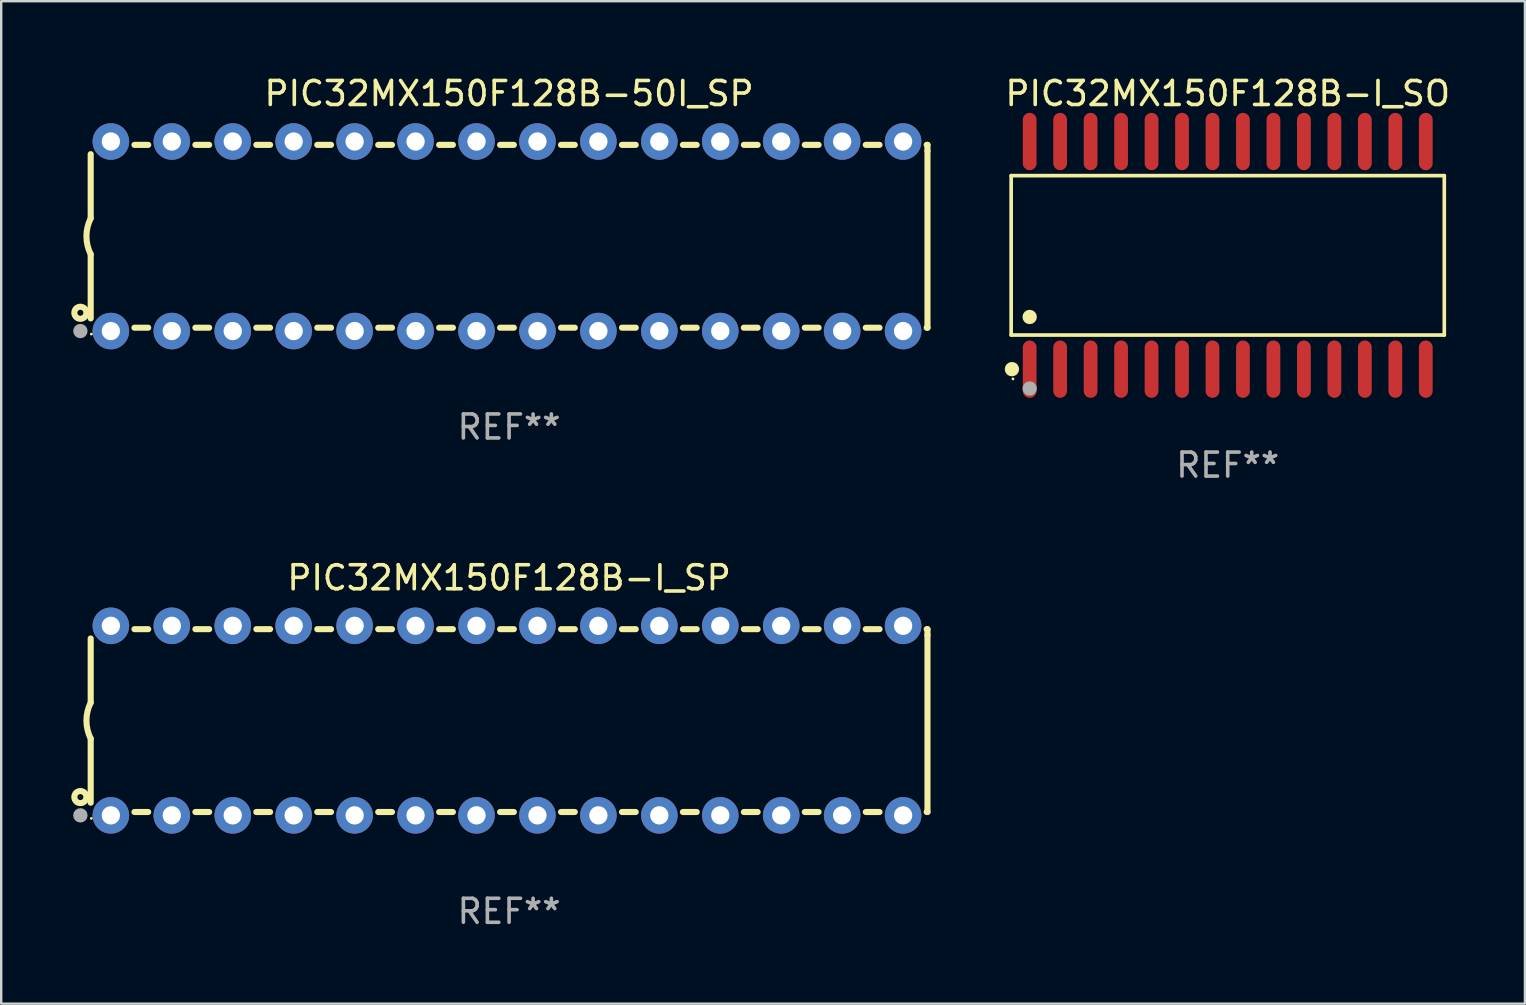
<source format=kicad_pcb>
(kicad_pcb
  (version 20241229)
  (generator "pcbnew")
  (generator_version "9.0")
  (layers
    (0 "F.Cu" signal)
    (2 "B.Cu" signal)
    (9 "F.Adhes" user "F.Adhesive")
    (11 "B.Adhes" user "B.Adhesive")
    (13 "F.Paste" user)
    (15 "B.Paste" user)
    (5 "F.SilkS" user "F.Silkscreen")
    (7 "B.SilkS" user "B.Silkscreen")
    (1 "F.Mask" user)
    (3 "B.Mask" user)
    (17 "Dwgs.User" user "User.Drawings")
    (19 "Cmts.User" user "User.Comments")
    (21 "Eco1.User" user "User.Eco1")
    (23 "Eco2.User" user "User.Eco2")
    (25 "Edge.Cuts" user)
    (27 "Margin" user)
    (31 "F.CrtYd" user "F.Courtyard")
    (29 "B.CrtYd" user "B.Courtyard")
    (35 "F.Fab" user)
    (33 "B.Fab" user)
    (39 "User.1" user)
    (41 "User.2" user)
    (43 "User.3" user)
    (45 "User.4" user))
  (footprint "PIC32MX150F128B-I_SP"
    (layer "F.Cu")
    (at 18.168 26.983)
    (property "Reference" "PIC32MX150F128B-I_SP" (at 0 -5.95 0) (layer "F.SilkS") (effects (font (size 1 1) (thickness 0.15))))
    (attr through_hole)
    (fp_line (start -17.438 0.75) (end -17.438 3.423) (stroke (width 0.254) (type solid)) (layer "F.SilkS"))
    (fp_line (start -17.438 -3.423) (end -17.438 -0.75) (stroke (width 0.254) (type solid)) (layer "F.SilkS"))
    (fp_line (start -15.615 3.81) (end -15.041 3.81) (stroke (width 0.254) (type solid)) (layer "F.SilkS"))
    (fp_line (start -15.041 -3.81) (end -15.614 -3.81) (stroke (width 0.254) (type solid)) (layer "F.SilkS"))
    (fp_line (start -13.075 3.81) (end -12.501 3.81) (stroke (width 0.254) (type solid)) (layer "F.SilkS"))
    (fp_line (start -12.501 -3.81) (end -13.074 -3.81) (stroke (width 0.254) (type solid)) (layer "F.SilkS"))
    (fp_line (start -10.535 3.81) (end -9.961 3.81) (stroke (width 0.254) (type solid)) (layer "F.SilkS"))
    (fp_line (start -9.961 -3.81) (end -10.534 -3.81) (stroke (width 0.254) (type solid)) (layer "F.SilkS"))
    (fp_line (start -7.995 3.81) (end -7.421 3.81) (stroke (width 0.254) (type solid)) (layer "F.SilkS"))
    (fp_line (start -7.421 -3.81) (end -7.995 -3.81) (stroke (width 0.254) (type solid)) (layer "F.SilkS"))
    (fp_line (start -5.455 3.81) (end -4.881 3.81) (stroke (width 0.254) (type solid)) (layer "F.SilkS"))
    (fp_line (start -4.881 -3.81) (end -5.455 -3.81) (stroke (width 0.254) (type solid)) (layer "F.SilkS"))
    (fp_line (start -2.915 3.81) (end -2.341 3.81) (stroke (width 0.254) (type solid)) (layer "F.SilkS"))
    (fp_line (start -2.341 -3.81) (end -2.915 -3.81) (stroke (width 0.254) (type solid)) (layer "F.SilkS"))
    (fp_line (start -0.375 3.81) (end 0.199 3.81) (stroke (width 0.254) (type solid)) (layer "F.SilkS"))
    (fp_line (start 0.199 -3.81) (end -0.375 -3.81) (stroke (width 0.254) (type solid)) (layer "F.SilkS"))
    (fp_line (start 2.165 3.81) (end 2.739 3.81) (stroke (width 0.254) (type solid)) (layer "F.SilkS"))
    (fp_line (start 2.739 -3.81) (end 2.165 -3.81) (stroke (width 0.254) (type solid)) (layer "F.SilkS"))
    (fp_line (start 4.705 3.81) (end 5.279 3.81) (stroke (width 0.254) (type solid)) (layer "F.SilkS"))
    (fp_line (start 5.279 -3.81) (end 4.705 -3.81) (stroke (width 0.254) (type solid)) (layer "F.SilkS"))
    (fp_line (start 7.245 3.81) (end 7.819 3.81) (stroke (width 0.254) (type solid)) (layer "F.SilkS"))
    (fp_line (start 7.819 -3.81) (end 7.245 -3.81) (stroke (width 0.254) (type solid)) (layer "F.SilkS"))
    (fp_line (start 9.785 3.81) (end 10.359 3.81) (stroke (width 0.254) (type solid)) (layer "F.SilkS"))
    (fp_line (start 10.359 -3.81) (end 9.785 -3.81) (stroke (width 0.254) (type solid)) (layer "F.SilkS"))
    (fp_line (start 12.325 3.81) (end 12.899 3.81) (stroke (width 0.254) (type solid)) (layer "F.SilkS"))
    (fp_line (start 12.899 -3.81) (end 12.325 -3.81) (stroke (width 0.254) (type solid)) (layer "F.SilkS"))
    (fp_line (start 14.865 3.81) (end 15.439 3.81) (stroke (width 0.254) (type solid)) (layer "F.SilkS"))
    (fp_line (start 15.439 -3.81) (end 14.865 -3.81) (stroke (width 0.254) (type solid)) (layer "F.SilkS"))
    (fp_line (start 17.405 3.81) (end 17.438 3.81) (stroke (width 0.254) (type solid)) (layer "F.SilkS"))
    (fp_line (start 17.438 -3.81) (end 17.405 -3.81) (stroke (width 0.254) (type solid)) (layer "F.SilkS"))
    (fp_line (start 17.438 -3.556) (end 17.438 -3.81) (stroke (width 0.254) (type solid)) (layer "F.SilkS"))
    (fp_line (start 17.438 3.81) (end 17.438 -3.556) (stroke (width 0.254) (type solid)) (layer "F.SilkS"))
    (fp_arc (start -17.437986 0.749657) (mid -17.614887 -0.000024) (end -17.437783 -0.749657) (stroke (width 0.254001) (type solid)) (layer "F.SilkS"))
    (fp_circle (center -17.868 3.188) (end -17.743 3.188) (stroke (width 0.254) (type solid)) (fill no) (layer "F.SilkS"))
    (fp_circle (center -17.411 4.077) (end -17.381 4.077) (stroke (width 0.06) (type solid)) (fill no) (layer "F.SilkS"))
    (fp_circle (center -17.868 3.95) (end -17.718 3.95) (stroke (width 0.3) (type solid)) (fill no) (layer "F.Fab"))
    (fp_text user "REF**" (at 0 7.95 0) (layer "F.Fab") (effects (font (size 1 1) (thickness 0.15))))
    (pad "1" thru_hole circle (at -16.598 3.95) (size 1.524 1.524) (drill 0.762) (layers "*.Cu" "*.Mask"))
    (pad "2" thru_hole circle (at -14.058 3.95) (size 1.524 1.524) (drill 0.762) (layers "*.Cu" "*.Mask"))
    (pad "3" thru_hole circle (at -11.518 3.95) (size 1.524 1.524) (drill 0.762) (layers "*.Cu" "*.Mask"))
    (pad "4" thru_hole circle (at -8.978 3.95) (size 1.524 1.524) (drill 0.762) (layers "*.Cu" "*.Mask"))
    (pad "5" thru_hole circle (at -6.438 3.95) (size 1.524 1.524) (drill 0.762) (layers "*.Cu" "*.Mask"))
    (pad "6" thru_hole circle (at -3.898 3.95) (size 1.524 1.524) (drill 0.762) (layers "*.Cu" "*.Mask"))
    (pad "7" thru_hole circle (at -1.358 3.95) (size 1.524 1.524) (drill 0.762) (layers "*.Cu" "*.Mask"))
    (pad "8" thru_hole circle (at 1.182 3.95) (size 1.524 1.524) (drill 0.762) (layers "*.Cu" "*.Mask"))
    (pad "9" thru_hole circle (at 3.722 3.95) (size 1.524 1.524) (drill 0.762) (layers "*.Cu" "*.Mask"))
    (pad "10" thru_hole circle (at 6.262 3.95) (size 1.524 1.524) (drill 0.762) (layers "*.Cu" "*.Mask"))
    (pad "11" thru_hole circle (at 8.802 3.95) (size 1.524 1.524) (drill 0.762) (layers "*.Cu" "*.Mask"))
    (pad "12" thru_hole circle (at 11.342 3.95) (size 1.524 1.524) (drill 0.762) (layers "*.Cu" "*.Mask"))
    (pad "13" thru_hole circle (at 13.882 3.95) (size 1.524 1.524) (drill 0.762) (layers "*.Cu" "*.Mask"))
    (pad "14" thru_hole circle (at 16.422 3.95) (size 1.524 1.524) (drill 0.762) (layers "*.Cu" "*.Mask"))
    (pad "15" thru_hole circle (at 16.422 -3.95) (size 1.524 1.524) (drill 0.762) (layers "*.Cu" "*.Mask"))
    (pad "16" thru_hole circle (at 13.882 -3.95) (size 1.524 1.524) (drill 0.762) (layers "*.Cu" "*.Mask"))
    (pad "17" thru_hole circle (at 11.342 -3.95) (size 1.524 1.524) (drill 0.762) (layers "*.Cu" "*.Mask"))
    (pad "18" thru_hole circle (at 8.802 -3.95) (size 1.524 1.524) (drill 0.762) (layers "*.Cu" "*.Mask"))
    (pad "19" thru_hole circle (at 6.262 -3.95) (size 1.524 1.524) (drill 0.762) (layers "*.Cu" "*.Mask"))
    (pad "20" thru_hole circle (at 3.722 -3.95) (size 1.524 1.524) (drill 0.762) (layers "*.Cu" "*.Mask"))
    (pad "21" thru_hole circle (at 1.182 -3.95) (size 1.524 1.524) (drill 0.762) (layers "*.Cu" "*.Mask"))
    (pad "22" thru_hole circle (at -1.358 -3.95) (size 1.524 1.524) (drill 0.762) (layers "*.Cu" "*.Mask"))
    (pad "23" thru_hole circle (at -3.898 -3.95) (size 1.524 1.524) (drill 0.762) (layers "*.Cu" "*.Mask"))
    (pad "24" thru_hole circle (at -6.438 -3.95) (size 1.524 1.524) (drill 0.762) (layers "*.Cu" "*.Mask"))
    (pad "25" thru_hole circle (at -8.978 -3.95) (size 1.524 1.524) (drill 0.762) (layers "*.Cu" "*.Mask"))
    (pad "26" thru_hole circle (at -11.517 -3.95) (size 1.524 1.524) (drill 0.762) (layers "*.Cu" "*.Mask"))
    (pad "27" thru_hole circle (at -14.057 -3.95) (size 1.524 1.524) (drill 0.762) (layers "*.Cu" "*.Mask"))
    (pad "28" thru_hole circle (at -16.597 -3.95) (size 1.524 1.524) (drill 0.762) (layers "*.Cu" "*.Mask")))
  (footprint "PIC32MX150F128B-I_SO"
    (layer "F.Cu")
    (at 48.12 7.592)
    (property "Reference" "PIC32MX150F128B-I_SO" (at 0 -6.744 0) (layer "F.SilkS") (effects (font (size 1 1) (thickness 0.15))))
    (attr through_hole)
    (fp_line (start -9.026 -3.321) (end 9.026 -3.321) (stroke (width 0.152) (type solid)) (layer "F.SilkS"))
    (fp_line (start -9.026 3.321) (end -9.026 -3.321) (stroke (width 0.152) (type solid)) (layer "F.SilkS"))
    (fp_line (start 9.026 -3.321) (end 9.026 3.321) (stroke (width 0.152) (type solid)) (layer "F.SilkS"))
    (fp_line (start 9.026 3.321) (end -9.026 3.321) (stroke (width 0.152) (type solid)) (layer "F.SilkS"))
    (fp_circle (center -8.994 4.744) (end -8.844 4.744) (stroke (width 0.3) (type solid)) (fill no) (layer "F.SilkS"))
    (fp_circle (center -8.95 5.15) (end -8.92 5.15) (stroke (width 0.06) (type solid)) (fill no) (layer "F.SilkS"))
    (fp_circle (center -8.255 2.569) (end -8.105 2.569) (stroke (width 0.3) (type solid)) (fill no) (layer "F.SilkS"))
    (fp_circle (center -8.255 5.55) (end -8.105 5.55) (stroke (width 0.3) (type solid)) (fill no) (layer "F.Fab"))
    (fp_text user "REF**" (at 0 8.744 0) (layer "F.Fab") (effects (font (size 1 1) (thickness 0.15))))
    (pad "1" smd oval (at -8.255 4.744) (size 0.574 2.388) (layers "F.Cu" "F.Mask" "F.Paste"))
    (pad "2" smd oval (at -6.985 4.744) (size 0.574 2.388) (layers "F.Cu" "F.Mask" "F.Paste"))
    (pad "3" smd oval (at -5.715 4.744) (size 0.574 2.388) (layers "F.Cu" "F.Mask" "F.Paste"))
    (pad "4" smd oval (at -4.445 4.744) (size 0.574 2.388) (layers "F.Cu" "F.Mask" "F.Paste"))
    (pad "5" smd oval (at -3.175 4.744) (size 0.574 2.388) (layers "F.Cu" "F.Mask" "F.Paste"))
    (pad "6" smd oval (at -1.905 4.744) (size 0.574 2.388) (layers "F.Cu" "F.Mask" "F.Paste"))
    (pad "7" smd oval (at -0.635 4.744) (size 0.574 2.388) (layers "F.Cu" "F.Mask" "F.Paste"))
    (pad "8" smd oval (at 0.635 4.744) (size 0.574 2.388) (layers "F.Cu" "F.Mask" "F.Paste"))
    (pad "9" smd oval (at 1.905 4.744) (size 0.574 2.388) (layers "F.Cu" "F.Mask" "F.Paste"))
    (pad "10" smd oval (at 3.175 4.744) (size 0.574 2.388) (layers "F.Cu" "F.Mask" "F.Paste"))
    (pad "11" smd oval (at 4.445 4.744) (size 0.574 2.388) (layers "F.Cu" "F.Mask" "F.Paste"))
    (pad "12" smd oval (at 5.715 4.744) (size 0.574 2.388) (layers "F.Cu" "F.Mask" "F.Paste"))
    (pad "13" smd oval (at 6.985 4.744) (size 0.574 2.388) (layers "F.Cu" "F.Mask" "F.Paste"))
    (pad "14" smd oval (at 8.255 4.744) (size 0.574 2.388) (layers "F.Cu" "F.Mask" "F.Paste"))
    (pad "15" smd oval (at 8.255 -4.744) (size 0.574 2.388) (layers "F.Cu" "F.Mask" "F.Paste"))
    (pad "16" smd oval (at 6.985 -4.744) (size 0.574 2.388) (layers "F.Cu" "F.Mask" "F.Paste"))
    (pad "17" smd oval (at 5.715 -4.744) (size 0.574 2.388) (layers "F.Cu" "F.Mask" "F.Paste"))
    (pad "18" smd oval (at 4.445 -4.744) (size 0.574 2.388) (layers "F.Cu" "F.Mask" "F.Paste"))
    (pad "19" smd oval (at 3.175 -4.744) (size 0.574 2.388) (layers "F.Cu" "F.Mask" "F.Paste"))
    (pad "20" smd oval (at 1.905 -4.744) (size 0.574 2.388) (layers "F.Cu" "F.Mask" "F.Paste"))
    (pad "21" smd oval (at 0.635 -4.744) (size 0.574 2.388) (layers "F.Cu" "F.Mask" "F.Paste"))
    (pad "22" smd oval (at -0.635 -4.744) (size 0.574 2.388) (layers "F.Cu" "F.Mask" "F.Paste"))
    (pad "23" smd oval (at -1.905 -4.744) (size 0.574 2.388) (layers "F.Cu" "F.Mask" "F.Paste"))
    (pad "24" smd oval (at -3.175 -4.744) (size 0.574 2.388) (layers "F.Cu" "F.Mask" "F.Paste"))
    (pad "25" smd oval (at -4.445 -4.744) (size 0.574 2.388) (layers "F.Cu" "F.Mask" "F.Paste"))
    (pad "26" smd oval (at -5.715 -4.744) (size 0.574 2.388) (layers "F.Cu" "F.Mask" "F.Paste"))
    (pad "27" smd oval (at -6.985 -4.744) (size 0.574 2.388) (layers "F.Cu" "F.Mask" "F.Paste"))
    (pad "28" smd oval (at -8.255 -4.744) (size 0.574 2.388) (layers "F.Cu" "F.Mask" "F.Paste")))
  (footprint "PIC32MX150F128B-50I_SP"
    (layer "F.Cu")
    (at 18.168 6.798)
    (property "Reference" "PIC32MX150F128B-50I_SP" (at 0 -5.95 0) (layer "F.SilkS") (effects (font (size 1 1) (thickness 0.15))))
    (attr through_hole)
    (fp_line (start -17.438 0.75) (end -17.438 3.423) (stroke (width 0.254) (type solid)) (layer "F.SilkS"))
    (fp_line (start -17.438 -3.423) (end -17.438 -0.75) (stroke (width 0.254) (type solid)) (layer "F.SilkS"))
    (fp_line (start -15.615 3.81) (end -15.041 3.81) (stroke (width 0.254) (type solid)) (layer "F.SilkS"))
    (fp_line (start -15.041 -3.81) (end -15.614 -3.81) (stroke (width 0.254) (type solid)) (layer "F.SilkS"))
    (fp_line (start -13.075 3.81) (end -12.501 3.81) (stroke (width 0.254) (type solid)) (layer "F.SilkS"))
    (fp_line (start -12.501 -3.81) (end -13.074 -3.81) (stroke (width 0.254) (type solid)) (layer "F.SilkS"))
    (fp_line (start -10.535 3.81) (end -9.961 3.81) (stroke (width 0.254) (type solid)) (layer "F.SilkS"))
    (fp_line (start -9.961 -3.81) (end -10.534 -3.81) (stroke (width 0.254) (type solid)) (layer "F.SilkS"))
    (fp_line (start -7.995 3.81) (end -7.421 3.81) (stroke (width 0.254) (type solid)) (layer "F.SilkS"))
    (fp_line (start -7.421 -3.81) (end -7.995 -3.81) (stroke (width 0.254) (type solid)) (layer "F.SilkS"))
    (fp_line (start -5.455 3.81) (end -4.881 3.81) (stroke (width 0.254) (type solid)) (layer "F.SilkS"))
    (fp_line (start -4.881 -3.81) (end -5.455 -3.81) (stroke (width 0.254) (type solid)) (layer "F.SilkS"))
    (fp_line (start -2.915 3.81) (end -2.341 3.81) (stroke (width 0.254) (type solid)) (layer "F.SilkS"))
    (fp_line (start -2.341 -3.81) (end -2.915 -3.81) (stroke (width 0.254) (type solid)) (layer "F.SilkS"))
    (fp_line (start -0.375 3.81) (end 0.199 3.81) (stroke (width 0.254) (type solid)) (layer "F.SilkS"))
    (fp_line (start 0.199 -3.81) (end -0.375 -3.81) (stroke (width 0.254) (type solid)) (layer "F.SilkS"))
    (fp_line (start 2.165 3.81) (end 2.739 3.81) (stroke (width 0.254) (type solid)) (layer "F.SilkS"))
    (fp_line (start 2.739 -3.81) (end 2.165 -3.81) (stroke (width 0.254) (type solid)) (layer "F.SilkS"))
    (fp_line (start 4.705 3.81) (end 5.279 3.81) (stroke (width 0.254) (type solid)) (layer "F.SilkS"))
    (fp_line (start 5.279 -3.81) (end 4.705 -3.81) (stroke (width 0.254) (type solid)) (layer "F.SilkS"))
    (fp_line (start 7.245 3.81) (end 7.819 3.81) (stroke (width 0.254) (type solid)) (layer "F.SilkS"))
    (fp_line (start 7.819 -3.81) (end 7.245 -3.81) (stroke (width 0.254) (type solid)) (layer "F.SilkS"))
    (fp_line (start 9.785 3.81) (end 10.359 3.81) (stroke (width 0.254) (type solid)) (layer "F.SilkS"))
    (fp_line (start 10.359 -3.81) (end 9.785 -3.81) (stroke (width 0.254) (type solid)) (layer "F.SilkS"))
    (fp_line (start 12.325 3.81) (end 12.899 3.81) (stroke (width 0.254) (type solid)) (layer "F.SilkS"))
    (fp_line (start 12.899 -3.81) (end 12.325 -3.81) (stroke (width 0.254) (type solid)) (layer "F.SilkS"))
    (fp_line (start 14.865 3.81) (end 15.439 3.81) (stroke (width 0.254) (type solid)) (layer "F.SilkS"))
    (fp_line (start 15.439 -3.81) (end 14.865 -3.81) (stroke (width 0.254) (type solid)) (layer "F.SilkS"))
    (fp_line (start 17.405 3.81) (end 17.438 3.81) (stroke (width 0.254) (type solid)) (layer "F.SilkS"))
    (fp_line (start 17.438 -3.81) (end 17.405 -3.81) (stroke (width 0.254) (type solid)) (layer "F.SilkS"))
    (fp_line (start 17.438 -3.556) (end 17.438 -3.81) (stroke (width 0.254) (type solid)) (layer "F.SilkS"))
    (fp_line (start 17.438 3.81) (end 17.438 -3.556) (stroke (width 0.254) (type solid)) (layer "F.SilkS"))
    (fp_arc (start -17.437986 0.749657) (mid -17.614887 -0.000024) (end -17.437783 -0.749657) (stroke (width 0.254001) (type solid)) (layer "F.SilkS"))
    (fp_circle (center -17.868 3.188) (end -17.743 3.188) (stroke (width 0.254) (type solid)) (fill no) (layer "F.SilkS"))
    (fp_circle (center -17.411 4.077) (end -17.381 4.077) (stroke (width 0.06) (type solid)) (fill no) (layer "F.SilkS"))
    (fp_circle (center -17.868 3.95) (end -17.718 3.95) (stroke (width 0.3) (type solid)) (fill no) (layer "F.Fab"))
    (fp_text user "REF**" (at 0 7.95 0) (layer "F.Fab") (effects (font (size 1 1) (thickness 0.15))))
    (pad "1" thru_hole circle (at -16.598 3.95) (size 1.524 1.524) (drill 0.762) (layers "*.Cu" "*.Mask"))
    (pad "2" thru_hole circle (at -14.058 3.95) (size 1.524 1.524) (drill 0.762) (layers "*.Cu" "*.Mask"))
    (pad "3" thru_hole circle (at -11.518 3.95) (size 1.524 1.524) (drill 0.762) (layers "*.Cu" "*.Mask"))
    (pad "4" thru_hole circle (at -8.978 3.95) (size 1.524 1.524) (drill 0.762) (layers "*.Cu" "*.Mask"))
    (pad "5" thru_hole circle (at -6.438 3.95) (size 1.524 1.524) (drill 0.762) (layers "*.Cu" "*.Mask"))
    (pad "6" thru_hole circle (at -3.898 3.95) (size 1.524 1.524) (drill 0.762) (layers "*.Cu" "*.Mask"))
    (pad "7" thru_hole circle (at -1.358 3.95) (size 1.524 1.524) (drill 0.762) (layers "*.Cu" "*.Mask"))
    (pad "8" thru_hole circle (at 1.182 3.95) (size 1.524 1.524) (drill 0.762) (layers "*.Cu" "*.Mask"))
    (pad "9" thru_hole circle (at 3.722 3.95) (size 1.524 1.524) (drill 0.762) (layers "*.Cu" "*.Mask"))
    (pad "10" thru_hole circle (at 6.262 3.95) (size 1.524 1.524) (drill 0.762) (layers "*.Cu" "*.Mask"))
    (pad "11" thru_hole circle (at 8.802 3.95) (size 1.524 1.524) (drill 0.762) (layers "*.Cu" "*.Mask"))
    (pad "12" thru_hole circle (at 11.342 3.95) (size 1.524 1.524) (drill 0.762) (layers "*.Cu" "*.Mask"))
    (pad "13" thru_hole circle (at 13.882 3.95) (size 1.524 1.524) (drill 0.762) (layers "*.Cu" "*.Mask"))
    (pad "14" thru_hole circle (at 16.422 3.95) (size 1.524 1.524) (drill 0.762) (layers "*.Cu" "*.Mask"))
    (pad "15" thru_hole circle (at 16.422 -3.95) (size 1.524 1.524) (drill 0.762) (layers "*.Cu" "*.Mask"))
    (pad "16" thru_hole circle (at 13.882 -3.95) (size 1.524 1.524) (drill 0.762) (layers "*.Cu" "*.Mask"))
    (pad "17" thru_hole circle (at 11.342 -3.95) (size 1.524 1.524) (drill 0.762) (layers "*.Cu" "*.Mask"))
    (pad "18" thru_hole circle (at 8.802 -3.95) (size 1.524 1.524) (drill 0.762) (layers "*.Cu" "*.Mask"))
    (pad "19" thru_hole circle (at 6.262 -3.95) (size 1.524 1.524) (drill 0.762) (layers "*.Cu" "*.Mask"))
    (pad "20" thru_hole circle (at 3.722 -3.95) (size 1.524 1.524) (drill 0.762) (layers "*.Cu" "*.Mask"))
    (pad "21" thru_hole circle (at 1.182 -3.95) (size 1.524 1.524) (drill 0.762) (layers "*.Cu" "*.Mask"))
    (pad "22" thru_hole circle (at -1.358 -3.95) (size 1.524 1.524) (drill 0.762) (layers "*.Cu" "*.Mask"))
    (pad "23" thru_hole circle (at -3.898 -3.95) (size 1.524 1.524) (drill 0.762) (layers "*.Cu" "*.Mask"))
    (pad "24" thru_hole circle (at -6.438 -3.95) (size 1.524 1.524) (drill 0.762) (layers "*.Cu" "*.Mask"))
    (pad "25" thru_hole circle (at -8.978 -3.95) (size 1.524 1.524) (drill 0.762) (layers "*.Cu" "*.Mask"))
    (pad "26" thru_hole circle (at -11.517 -3.95) (size 1.524 1.524) (drill 0.762) (layers "*.Cu" "*.Mask"))
    (pad "27" thru_hole circle (at -14.057 -3.95) (size 1.524 1.524) (drill 0.762) (layers "*.Cu" "*.Mask"))
    (pad "28" thru_hole circle (at -16.597 -3.95) (size 1.524 1.524) (drill 0.762) (layers "*.Cu" "*.Mask")))
  (gr_rect
    (start -3 -3)
    (end 60.507 38.781)
    (stroke (width 0.1) (type default))
    (fill no)
    (layer "Edge.Cuts")))
</source>
